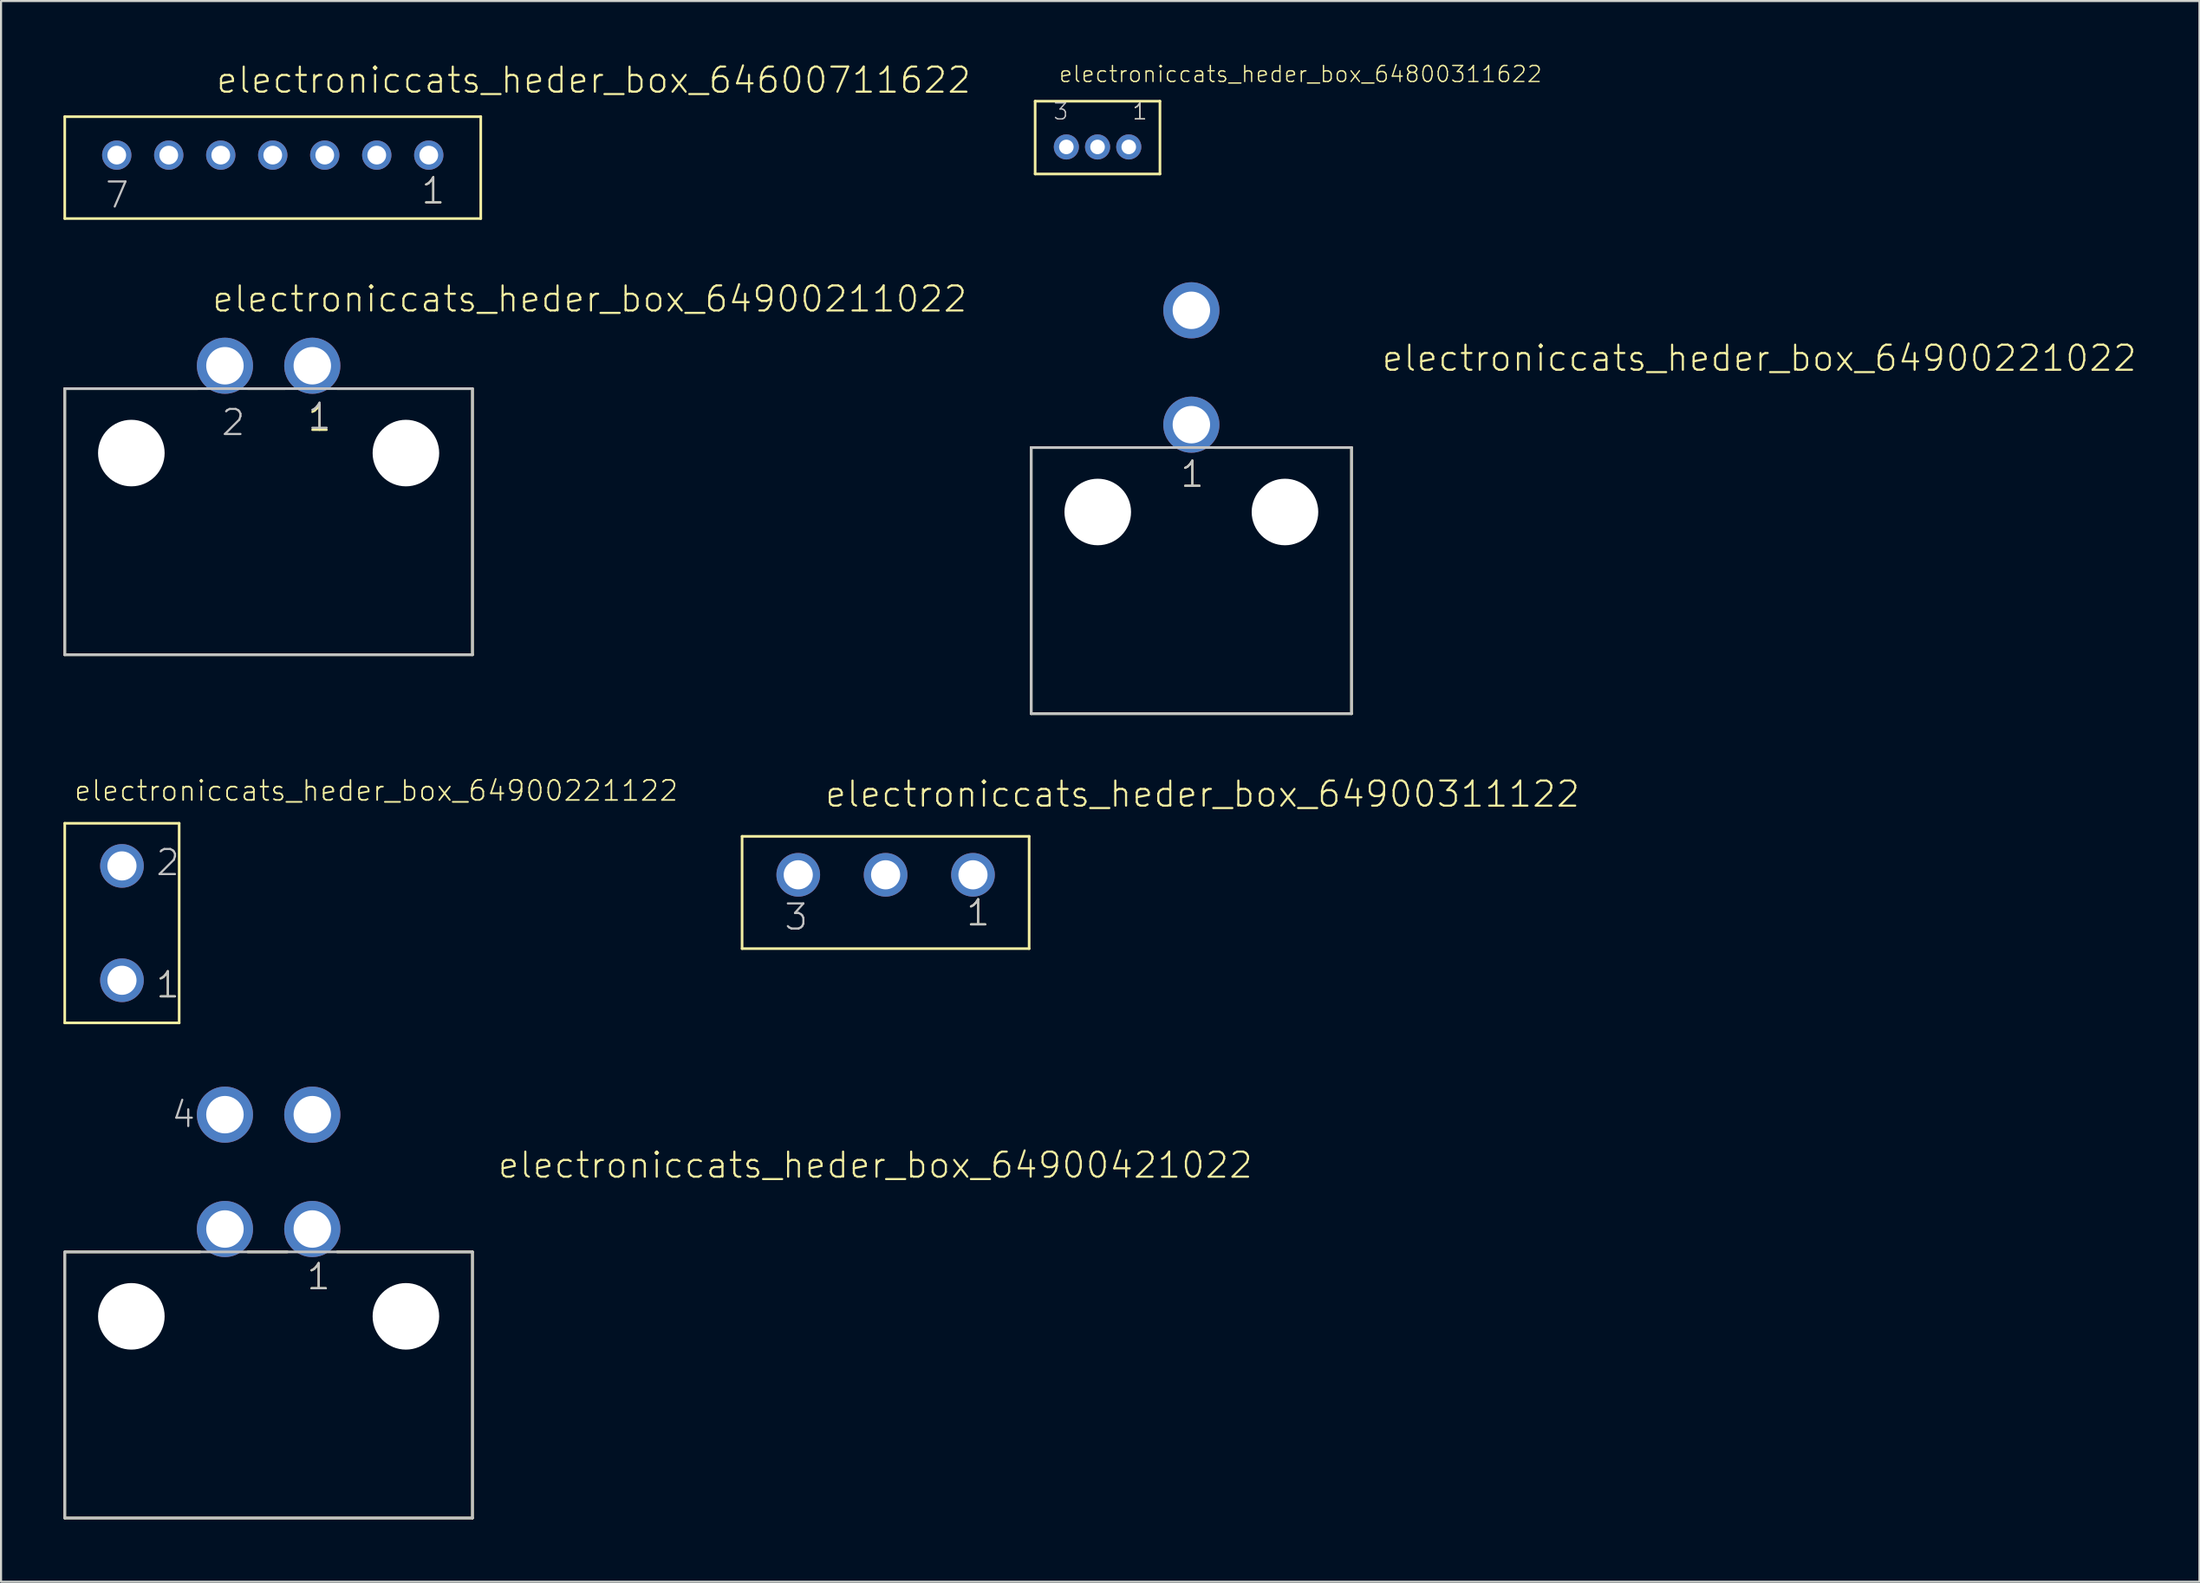
<source format=kicad_pcb>
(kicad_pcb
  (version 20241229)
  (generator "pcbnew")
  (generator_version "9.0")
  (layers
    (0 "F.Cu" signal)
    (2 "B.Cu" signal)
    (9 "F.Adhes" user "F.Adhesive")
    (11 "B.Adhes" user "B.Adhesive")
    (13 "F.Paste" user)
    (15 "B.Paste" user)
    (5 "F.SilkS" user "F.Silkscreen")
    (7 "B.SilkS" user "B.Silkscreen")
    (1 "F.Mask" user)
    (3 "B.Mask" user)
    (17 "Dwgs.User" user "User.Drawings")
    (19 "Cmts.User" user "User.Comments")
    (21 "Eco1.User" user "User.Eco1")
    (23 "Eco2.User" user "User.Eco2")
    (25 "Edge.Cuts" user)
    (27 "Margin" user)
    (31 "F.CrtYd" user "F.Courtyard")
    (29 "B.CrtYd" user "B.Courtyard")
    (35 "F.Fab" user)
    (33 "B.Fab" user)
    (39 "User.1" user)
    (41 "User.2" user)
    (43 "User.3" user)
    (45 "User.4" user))
  (footprint "electroniccats_heder_box_64900221022"
    (layer "F.Cu")
    (at 54.225 21.575)
    (property "Reference" "electroniccats_heder_box_64900221022" (at 9.09 -6.69 0) (layer "F.SilkS") (effects (font (size 1.206 1.206) (thickness 0.102)) (justify left bottom)))
    (attr through_hole)
    (fp_line (start -7.7 -3.1) (end -1.1 -3.1) (stroke (width 0.127) (type solid)) (layer "F.SilkS"))
    (fp_line (start -7.7 9.7) (end -7.7 -3.1) (stroke (width 0.127) (type solid)) (layer "F.SilkS"))
    (fp_line (start 1.1 -3.1) (end 7.7 -3.1) (stroke (width 0.127) (type solid)) (layer "F.SilkS"))
    (fp_line (start 7.7 -3.1) (end 7.7 9.7) (stroke (width 0.127) (type solid)) (layer "F.SilkS"))
    (fp_line (start 7.7 9.7) (end -7.7 9.7) (stroke (width 0.127) (type solid)) (layer "F.SilkS"))
    (fp_line (start -7.7 -3.1) (end 7.7 -3.1) (stroke (width 0.127) (type solid)) (layer "Dwgs.User"))
    (fp_line (start -7.7 9.7) (end -7.7 -3.1) (stroke (width 0.127) (type solid)) (layer "Dwgs.User"))
    (fp_line (start 7.7 -3.1) (end 7.7 9.7) (stroke (width 0.127) (type solid)) (layer "Dwgs.User"))
    (fp_line (start 7.7 9.7) (end -7.7 9.7) (stroke (width 0.127) (type solid)) (layer "Dwgs.User"))
    (fp_text user "1" (at -0.595 -1.11 0) (layer "F.SilkS") (effects (font (size 1.206 1.206) (thickness 0.102)) (justify left bottom)))
    (fp_text user "1" (at -0.595 -1.11 0) (layer "Dwgs.User") (effects (font (size 1.206 1.206) (thickness 0.102)) (justify left bottom)))
    (pad "" np_thru_hole circle (at -4.5 0) (size 3.2 3.2) (drill 3.2) (layers "*.Cu"))
    (pad "" np_thru_hole circle (at 4.5 0) (size 3.2 3.2) (drill 3.2) (layers "*.Cu"))
    (pad "1" thru_hole circle (at 0 -4.2) (size 2.7 2.7) (drill 1.8) (layers "*.Cu" "*.Mask"))
    (pad "2" thru_hole circle (at 0 -9.7) (size 2.7 2.7) (drill 1.8) (layers "*.Cu" "*.Mask")))
  (footprint "electroniccats_heder_box_64600711622"
    (layer "F.Cu")
    (at 10.063 4.411)
    (property "Reference" "electroniccats_heder_box_64600711622" (at -2.785 -2.9 0) (layer "F.SilkS") (effects (font (size 1.206 1.206) (thickness 0.102)) (justify left bottom)))
    (attr through_hole)
    (fp_line (start -10 -1.85) (end 10 -1.85) (stroke (width 0.127) (type solid)) (layer "F.SilkS"))
    (fp_line (start -10 3.05) (end -10 -1.85) (stroke (width 0.127) (type solid)) (layer "F.SilkS"))
    (fp_line (start 10 -1.85) (end 10 3.05) (stroke (width 0.127) (type solid)) (layer "F.SilkS"))
    (fp_line (start 10 3.05) (end -10 3.05) (stroke (width 0.127) (type solid)) (layer "F.SilkS"))
    (fp_text user "1" (at 7.075 2.425 0) (layer "F.SilkS") (effects (font (size 1.206 1.206) (thickness 0.102)) (justify left bottom)))
    (fp_text user "1" (at 7.075 2.425 0) (layer "Dwgs.User") (effects (font (size 1.206 1.206) (thickness 0.102)) (justify left bottom)))
    (fp_text user "7" (at -8.125 2.625 0) (layer "Dwgs.User") (effects (font (size 1.206 1.206) (thickness 0.102)) (justify left bottom)))
    (pad "1" thru_hole circle (at 7.5 0) (size 1.408 1.408) (drill 0.9) (layers "*.Cu" "*.Mask"))
    (pad "2" thru_hole circle (at 5 0) (size 1.408 1.408) (drill 0.9) (layers "*.Cu" "*.Mask"))
    (pad "3" thru_hole circle (at 2.5 0) (size 1.408 1.408) (drill 0.9) (layers "*.Cu" "*.Mask"))
    (pad "4" thru_hole circle (at 0 0) (size 1.408 1.408) (drill 0.9) (layers "*.Cu" "*.Mask"))
    (pad "5" thru_hole circle (at -2.5 0) (size 1.408 1.408) (drill 0.9) (layers "*.Cu" "*.Mask"))
    (pad "6" thru_hole circle (at -5 0) (size 1.408 1.408) (drill 0.9) (layers "*.Cu" "*.Mask"))
    (pad "7" thru_hole circle (at -7.5 0) (size 1.408 1.408) (drill 0.9) (layers "*.Cu" "*.Mask")))
  (footprint "electroniccats_heder_box_64900311122"
    (layer "F.Cu")
    (at 39.526 39.025)
    (property "Reference" "electroniccats_heder_box_64900311122" (at -2.98 -3.175 0) (layer "F.SilkS") (effects (font (size 1.206 1.206) (thickness 0.102)) (justify left bottom)))
    (attr through_hole)
    (fp_line (start -6.9 -1.85) (end 6.9 -1.85) (stroke (width 0.127) (type solid)) (layer "F.SilkS"))
    (fp_line (start -6.9 3.55) (end -6.9 -1.85) (stroke (width 0.127) (type solid)) (layer "F.SilkS"))
    (fp_line (start 6.9 -1.85) (end 6.9 3.55) (stroke (width 0.127) (type solid)) (layer "F.SilkS"))
    (fp_line (start 6.9 3.55) (end -6.9 3.55) (stroke (width 0.127) (type solid)) (layer "F.SilkS"))
    (fp_text user "1" (at 3.805 2.535 0) (layer "F.SilkS") (effects (font (size 1.206 1.206) (thickness 0.102)) (justify left bottom)))
    (fp_text user "3" (at -4.94 2.735 0) (layer "Dwgs.User") (effects (font (size 1.206 1.206) (thickness 0.102)) (justify left bottom)))
    (fp_text user "1" (at 3.805 2.535 0) (layer "Dwgs.User") (effects (font (size 1.206 1.206) (thickness 0.102)) (justify left bottom)))
    (pad "1" thru_hole circle (at 4.2 0) (size 2.1 2.1) (drill 1.4) (layers "*.Cu" "*.Mask"))
    (pad "2" thru_hole circle (at 0 0) (size 2.1 2.1) (drill 1.4) (layers "*.Cu" "*.Mask"))
    (pad "3" thru_hole circle (at -4.2 0) (size 2.1 2.1) (drill 1.4) (layers "*.Cu" "*.Mask")))
  (footprint "electroniccats_heder_box_64900211022"
    (layer "F.Cu")
    (at 9.864 18.741)
    (property "Reference" "electroniccats_heder_box_64900211022" (at -2.775 -6.705 0) (layer "F.SilkS") (effects (font (size 1.206 1.206) (thickness 0.102)) (justify left bottom)))
    (attr through_hole)
    (fp_line (start -9.8 -3.1) (end -3.4 -3.1) (stroke (width 0.127) (type solid)) (layer "F.SilkS"))
    (fp_line (start -9.8 9.7) (end -9.8 -3.1) (stroke (width 0.127) (type solid)) (layer "F.SilkS"))
    (fp_line (start -1 -3.1) (end 0.8 -3.1) (stroke (width 0.127) (type solid)) (layer "F.SilkS"))
    (fp_line (start 3.3 -3.1) (end 9.7 -3.1) (stroke (width 0.127) (type solid)) (layer "F.SilkS"))
    (fp_line (start 9.8 -3.1) (end 9.8 9.7) (stroke (width 0.127) (type solid)) (layer "F.SilkS"))
    (fp_line (start 9.8 9.7) (end -9.8 9.7) (stroke (width 0.127) (type solid)) (layer "F.SilkS"))
    (fp_line (start -9.8 -3.1) (end 9.8 -3.1) (stroke (width 0.127) (type solid)) (layer "Dwgs.User"))
    (fp_line (start -9.8 9.7) (end -9.8 -3.1) (stroke (width 0.127) (type solid)) (layer "Dwgs.User"))
    (fp_line (start 9.8 -3.1) (end 9.8 9.7) (stroke (width 0.127) (type solid)) (layer "Dwgs.User"))
    (fp_line (start 9.8 9.7) (end -9.8 9.7) (stroke (width 0.127) (type solid)) (layer "Dwgs.User"))
    (fp_text user "1" (at 1.805 -0.965 0) (layer "F.SilkS") (effects (font (size 1.206 1.206) (thickness 0.102)) (justify left bottom)))
    (fp_text user "1" (at 1.805 -1.065 0) (layer "Dwgs.User") (effects (font (size 1.206 1.206) (thickness 0.102)) (justify left bottom)))
    (fp_text user "2" (at -2.34 -0.765 0) (layer "Dwgs.User") (effects (font (size 1.206 1.206) (thickness 0.102)) (justify left bottom)))
    (pad "" np_thru_hole circle (at -6.6 0) (size 3.2 3.2) (drill 3.2) (layers "*.Cu"))
    (pad "" np_thru_hole circle (at 6.6 0) (size 3.2 3.2) (drill 3.2) (layers "*.Cu"))
    (pad "1" thru_hole circle (at 2.1 -4.2) (size 2.7 2.7) (drill 1.8) (layers "*.Cu" "*.Mask"))
    (pad "2" thru_hole circle (at -2.1 -4.2) (size 2.7 2.7) (drill 1.8) (layers "*.Cu" "*.Mask")))
  (footprint "electroniccats_heder_box_64800311622"
    (layer "F.Cu")
    (at 49.715 4.017)
    (property "Reference" "electroniccats_heder_box_64800311622" (at -1.9 -3.05 0) (layer "F.SilkS") (effects (font (size 0.772 0.772) (thickness 0.065)) (justify left bottom)))
    (attr through_hole)
    (fp_line (start -3 -2.2) (end 3 -2.2) (stroke (width 0.127) (type solid)) (layer "F.SilkS"))
    (fp_line (start -3 1.3) (end -3 -2.2) (stroke (width 0.127) (type solid)) (layer "F.SilkS"))
    (fp_line (start 3 -2.2) (end 3 1.3) (stroke (width 0.127) (type solid)) (layer "F.SilkS"))
    (fp_line (start 3 1.3) (end -3 1.3) (stroke (width 0.127) (type solid)) (layer "F.SilkS"))
    (fp_text user "1" (at 1.625 -1.25 0) (layer "F.SilkS") (effects (font (size 0.772 0.772) (thickness 0.065)) (justify left bottom)))
    (fp_text user "1" (at 1.625 -1.25 0) (layer "Dwgs.User") (effects (font (size 0.772 0.772) (thickness 0.065)) (justify left bottom)))
    (fp_text user "3" (at -2.175 -1.25 0) (layer "Dwgs.User") (effects (font (size 0.772 0.772) (thickness 0.065)) (justify left bottom)))
    (pad "1" thru_hole circle (at 1.5 0) (size 1.208 1.208) (drill 0.7) (layers "*.Cu" "*.Mask"))
    (pad "2" thru_hole circle (at 0 0) (size 1.208 1.208) (drill 0.7) (layers "*.Cu" "*.Mask"))
    (pad "3" thru_hole circle (at -1.5 0) (size 1.208 1.208) (drill 0.7) (layers "*.Cu" "*.Mask")))
  (footprint "electroniccats_heder_box_64900421022"
    (layer "F.Cu")
    (at 9.864 60.261)
    (property "Reference" "electroniccats_heder_box_64900421022" (at 10.953 -6.565 0) (layer "F.SilkS") (effects (font (size 1.206 1.206) (thickness 0.102)) (justify left bottom)))
    (attr through_hole)
    (fp_line (start -9.8 9.7) (end -9.8 -3.1) (stroke (width 0.127) (type solid)) (layer "F.SilkS"))
    (fp_line (start -9.75 -3.1) (end -3.3 -3.1) (stroke (width 0.127) (type solid)) (layer "F.SilkS"))
    (fp_line (start -1 -3.1) (end 0.9 -3.1) (stroke (width 0.127) (type solid)) (layer "F.SilkS"))
    (fp_line (start 3.3 -3.1) (end 9.8 -3.1) (stroke (width 0.127) (type solid)) (layer "F.SilkS"))
    (fp_line (start 9.8 -3.1) (end 9.8 9.7) (stroke (width 0.127) (type solid)) (layer "F.SilkS"))
    (fp_line (start 9.8 9.7) (end -9.8 9.7) (stroke (width 0.127) (type solid)) (layer "F.SilkS"))
    (fp_line (start -9.8 -3.1) (end 9.8 -3.1) (stroke (width 0.127) (type solid)) (layer "Dwgs.User"))
    (fp_line (start -9.8 9.7) (end -9.8 -3.1) (stroke (width 0.127) (type solid)) (layer "Dwgs.User"))
    (fp_line (start 9.8 -3.1) (end 9.8 9.7) (stroke (width 0.127) (type solid)) (layer "Dwgs.User"))
    (fp_line (start 9.8 9.7) (end -9.8 9.7) (stroke (width 0.127) (type solid)) (layer "Dwgs.User"))
    (fp_text user "1" (at 1.765 -1.2 0) (layer "F.SilkS") (effects (font (size 1.206 1.206) (thickness 0.102)) (justify left bottom)))
    (fp_text user "1" (at 1.765 -1.2 0) (layer "Dwgs.User") (effects (font (size 1.206 1.206) (thickness 0.102)) (justify left bottom)))
    (fp_text user "4" (at -4.735 -9 0) (layer "Dwgs.User") (effects (font (size 1.206 1.206) (thickness 0.102)) (justify left bottom)))
    (pad "" np_thru_hole circle (at -6.6 0) (size 3.2 3.2) (drill 3.2) (layers "*.Cu"))
    (pad "" np_thru_hole circle (at 6.6 0) (size 3.2 3.2) (drill 3.2) (layers "*.Cu"))
    (pad "1" thru_hole circle (at 2.1 -4.2) (size 2.7 2.7) (drill 1.8) (layers "*.Cu" "*.Mask"))
    (pad "2" thru_hole circle (at -2.1 -4.2) (size 2.7 2.7) (drill 1.8) (layers "*.Cu" "*.Mask"))
    (pad "3" thru_hole circle (at 2.1 -9.7) (size 2.7 2.7) (drill 1.8) (layers "*.Cu" "*.Mask"))
    (pad "4" thru_hole circle (at -2.1 -9.7) (size 2.7 2.7) (drill 1.8) (layers "*.Cu" "*.Mask")))
  (footprint "electroniccats_heder_box_64900221122"
    (layer "F.Cu")
    (at 2.813 41.347)
    (property "Reference" "electroniccats_heder_box_64900221122" (at -2.35 -5.8 0) (layer "F.SilkS") (effects (font (size 0.965 0.965) (thickness 0.081)) (justify left bottom)))
    (attr through_hole)
    (fp_line (start -2.75 -4.8) (end 2.75 -4.8) (stroke (width 0.127) (type solid)) (layer "F.SilkS"))
    (fp_line (start -2.75 4.8) (end -2.75 -4.8) (stroke (width 0.127) (type solid)) (layer "F.SilkS"))
    (fp_line (start 2.75 -4.8) (end 2.75 4.8) (stroke (width 0.127) (type solid)) (layer "F.SilkS"))
    (fp_line (start 2.75 4.8) (end -2.75 4.8) (stroke (width 0.127) (type solid)) (layer "F.SilkS"))
    (fp_text user "1" (at 1.565 3.675 0) (layer "F.SilkS") (effects (font (size 1.206 1.206) (thickness 0.102)) (justify left bottom)))
    (fp_text user "1" (at 1.565 3.675 0) (layer "Dwgs.User") (effects (font (size 1.206 1.206) (thickness 0.102)) (justify left bottom)))
    (fp_text user "2" (at 1.565 -2.205 0) (layer "Dwgs.User") (effects (font (size 1.206 1.206) (thickness 0.102)) (justify left bottom)))
    (pad "1" thru_hole circle (at 0 2.75) (size 2.1 2.1) (drill 1.4) (layers "*.Cu" "*.Mask"))
    (pad "2" thru_hole circle (at 0 -2.75) (size 2.1 2.1) (drill 1.4) (layers "*.Cu" "*.Mask")))
  (gr_rect
    (start -3 -3)
    (end 102.689 73.024)
    (stroke (width 0.1) (type default))
    (fill no)
    (layer "Edge.Cuts")))
</source>
